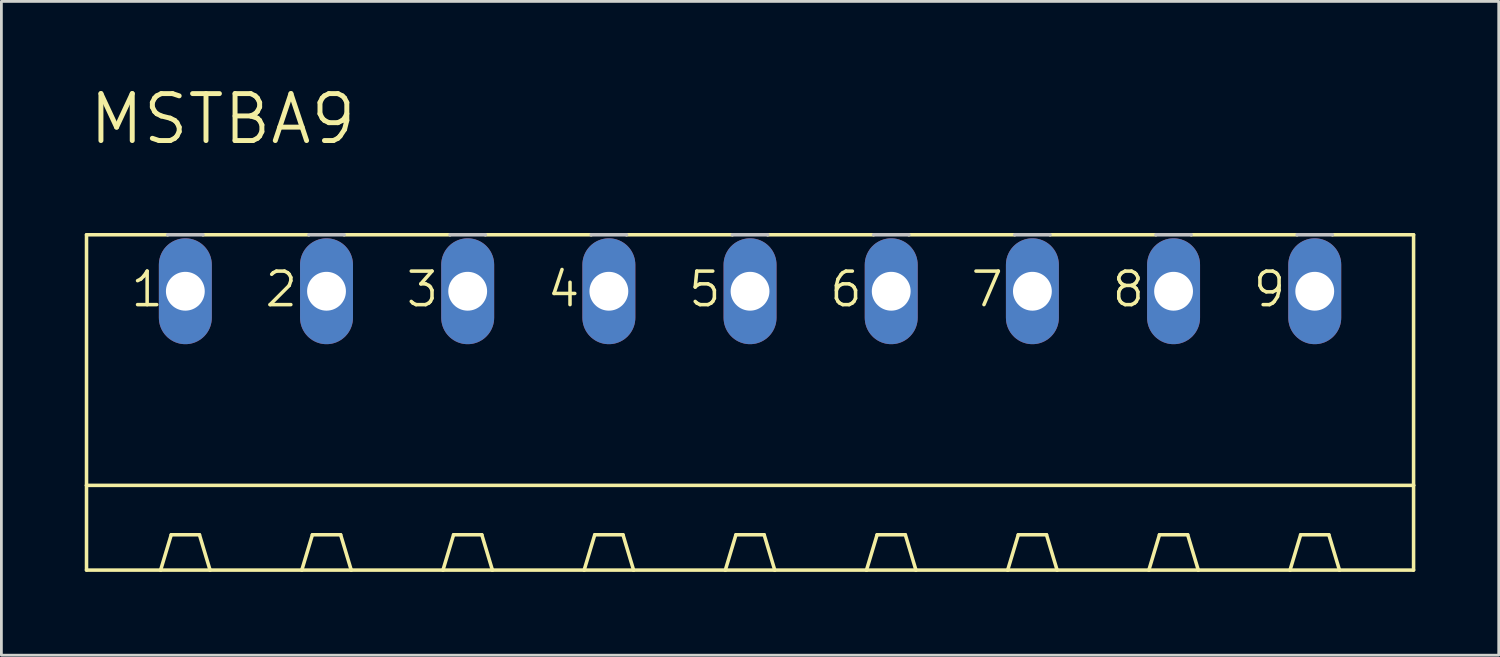
<source format=kicad_pcb>
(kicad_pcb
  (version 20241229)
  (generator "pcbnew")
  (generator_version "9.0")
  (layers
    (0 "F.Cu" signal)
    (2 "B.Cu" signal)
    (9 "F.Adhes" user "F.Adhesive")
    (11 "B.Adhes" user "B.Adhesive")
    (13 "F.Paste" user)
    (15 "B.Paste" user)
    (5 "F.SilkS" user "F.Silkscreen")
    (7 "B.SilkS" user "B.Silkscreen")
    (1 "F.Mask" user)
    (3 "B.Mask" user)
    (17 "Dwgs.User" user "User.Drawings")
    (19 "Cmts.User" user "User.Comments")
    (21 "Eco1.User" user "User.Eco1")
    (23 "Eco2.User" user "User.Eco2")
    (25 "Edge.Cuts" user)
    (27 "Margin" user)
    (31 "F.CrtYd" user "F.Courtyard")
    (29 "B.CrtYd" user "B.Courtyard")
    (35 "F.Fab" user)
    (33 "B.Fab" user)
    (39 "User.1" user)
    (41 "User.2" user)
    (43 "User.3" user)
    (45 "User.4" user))
  (footprint "MSTBA9"
    (layer "F.Cu")
    (at 23.939 9.97)
    (property "Reference" "MSTBA9" (at -23.876 -7.747 0) (layer "F.SilkS") (effects (font (size 1.689 1.689) (thickness 0.178)) (justify left bottom)))
    (attr through_hole)
    (fp_line (start -23.876 -4.572) (end -23.876 4.445) (stroke (width 0.127) (type solid)) (layer "F.SilkS"))
    (fp_line (start -23.876 -4.572) (end -20.955 -4.572) (stroke (width 0.127) (type solid)) (layer "F.SilkS"))
    (fp_line (start -23.876 4.445) (end -23.876 7.493) (stroke (width 0.127) (type solid)) (layer "F.SilkS"))
    (fp_line (start -23.876 4.445) (end 23.876 4.445) (stroke (width 0.127) (type solid)) (layer "F.SilkS"))
    (fp_line (start -23.876 7.493) (end -21.209 7.493) (stroke (width 0.127) (type solid)) (layer "F.SilkS"))
    (fp_line (start -21.209 7.493) (end -20.828 6.223) (stroke (width 0.127) (type solid)) (layer "F.SilkS"))
    (fp_line (start -21.209 7.493) (end -19.431 7.493) (stroke (width 0.127) (type solid)) (layer "F.SilkS"))
    (fp_line (start -19.812 6.223) (end -20.828 6.223) (stroke (width 0.127) (type solid)) (layer "F.SilkS"))
    (fp_line (start -19.685 -4.572) (end -15.875 -4.572) (stroke (width 0.127) (type solid)) (layer "F.SilkS"))
    (fp_line (start -19.431 7.493) (end -19.812 6.223) (stroke (width 0.127) (type solid)) (layer "F.SilkS"))
    (fp_line (start -19.431 7.493) (end -16.129 7.493) (stroke (width 0.127) (type solid)) (layer "F.SilkS"))
    (fp_line (start -16.129 7.493) (end -15.748 6.223) (stroke (width 0.127) (type solid)) (layer "F.SilkS"))
    (fp_line (start -16.129 7.493) (end -14.351 7.493) (stroke (width 0.127) (type solid)) (layer "F.SilkS"))
    (fp_line (start -15.748 6.223) (end -14.732 6.223) (stroke (width 0.127) (type solid)) (layer "F.SilkS"))
    (fp_line (start -14.605 -4.572) (end -10.795 -4.572) (stroke (width 0.127) (type solid)) (layer "F.SilkS"))
    (fp_line (start -14.351 7.493) (end -14.732 6.223) (stroke (width 0.127) (type solid)) (layer "F.SilkS"))
    (fp_line (start -14.351 7.493) (end -11.049 7.493) (stroke (width 0.127) (type solid)) (layer "F.SilkS"))
    (fp_line (start -11.049 7.493) (end -10.668 6.223) (stroke (width 0.127) (type solid)) (layer "F.SilkS"))
    (fp_line (start -11.049 7.493) (end -9.271 7.493) (stroke (width 0.127) (type solid)) (layer "F.SilkS"))
    (fp_line (start -10.668 6.223) (end -9.652 6.223) (stroke (width 0.127) (type solid)) (layer "F.SilkS"))
    (fp_line (start -9.525 -4.572) (end -5.715 -4.572) (stroke (width 0.127) (type solid)) (layer "F.SilkS"))
    (fp_line (start -9.271 7.493) (end -9.652 6.223) (stroke (width 0.127) (type solid)) (layer "F.SilkS"))
    (fp_line (start -9.271 7.493) (end -5.969 7.493) (stroke (width 0.127) (type solid)) (layer "F.SilkS"))
    (fp_line (start -5.969 7.493) (end -5.588 6.223) (stroke (width 0.127) (type solid)) (layer "F.SilkS"))
    (fp_line (start -5.969 7.493) (end -4.191 7.493) (stroke (width 0.127) (type solid)) (layer "F.SilkS"))
    (fp_line (start -5.588 6.223) (end -4.572 6.223) (stroke (width 0.127) (type solid)) (layer "F.SilkS"))
    (fp_line (start -4.445 -4.572) (end -0.635 -4.572) (stroke (width 0.127) (type solid)) (layer "F.SilkS"))
    (fp_line (start -4.191 7.493) (end -4.572 6.223) (stroke (width 0.127) (type solid)) (layer "F.SilkS"))
    (fp_line (start -4.191 7.493) (end -0.889 7.493) (stroke (width 0.127) (type solid)) (layer "F.SilkS"))
    (fp_line (start -0.889 7.493) (end -0.508 6.223) (stroke (width 0.127) (type solid)) (layer "F.SilkS"))
    (fp_line (start -0.889 7.493) (end 0.889 7.493) (stroke (width 0.127) (type solid)) (layer "F.SilkS"))
    (fp_line (start -0.508 6.223) (end 0.508 6.223) (stroke (width 0.127) (type solid)) (layer "F.SilkS"))
    (fp_line (start 0.635 -4.572) (end 4.445 -4.572) (stroke (width 0.127) (type solid)) (layer "F.SilkS"))
    (fp_line (start 0.889 7.493) (end 0.508 6.223) (stroke (width 0.127) (type solid)) (layer "F.SilkS"))
    (fp_line (start 0.889 7.493) (end 4.191 7.493) (stroke (width 0.127) (type solid)) (layer "F.SilkS"))
    (fp_line (start 4.191 7.493) (end 4.572 6.223) (stroke (width 0.127) (type solid)) (layer "F.SilkS"))
    (fp_line (start 4.191 7.493) (end 5.969 7.493) (stroke (width 0.127) (type solid)) (layer "F.SilkS"))
    (fp_line (start 4.572 6.223) (end 5.588 6.223) (stroke (width 0.127) (type solid)) (layer "F.SilkS"))
    (fp_line (start 5.715 -4.572) (end 9.525 -4.572) (stroke (width 0.127) (type solid)) (layer "F.SilkS"))
    (fp_line (start 5.969 7.493) (end 5.588 6.223) (stroke (width 0.127) (type solid)) (layer "F.SilkS"))
    (fp_line (start 5.969 7.493) (end 9.271 7.493) (stroke (width 0.127) (type solid)) (layer "F.SilkS"))
    (fp_line (start 9.271 7.493) (end 9.652 6.223) (stroke (width 0.127) (type solid)) (layer "F.SilkS"))
    (fp_line (start 9.271 7.493) (end 11.049 7.493) (stroke (width 0.127) (type solid)) (layer "F.SilkS"))
    (fp_line (start 9.652 6.223) (end 10.668 6.223) (stroke (width 0.127) (type solid)) (layer "F.SilkS"))
    (fp_line (start 10.795 -4.572) (end 14.605 -4.572) (stroke (width 0.127) (type solid)) (layer "F.SilkS"))
    (fp_line (start 11.049 7.493) (end 10.668 6.223) (stroke (width 0.127) (type solid)) (layer "F.SilkS"))
    (fp_line (start 11.049 7.493) (end 14.351 7.493) (stroke (width 0.127) (type solid)) (layer "F.SilkS"))
    (fp_line (start 14.351 7.493) (end 14.732 6.223) (stroke (width 0.127) (type solid)) (layer "F.SilkS"))
    (fp_line (start 14.351 7.493) (end 16.129 7.493) (stroke (width 0.127) (type solid)) (layer "F.SilkS"))
    (fp_line (start 14.732 6.223) (end 15.748 6.223) (stroke (width 0.127) (type solid)) (layer "F.SilkS"))
    (fp_line (start 15.875 -4.572) (end 19.685 -4.572) (stroke (width 0.127) (type solid)) (layer "F.SilkS"))
    (fp_line (start 16.129 7.493) (end 15.748 6.223) (stroke (width 0.127) (type solid)) (layer "F.SilkS"))
    (fp_line (start 16.129 7.493) (end 19.431 7.493) (stroke (width 0.127) (type solid)) (layer "F.SilkS"))
    (fp_line (start 19.431 7.493) (end 19.812 6.223) (stroke (width 0.127) (type solid)) (layer "F.SilkS"))
    (fp_line (start 19.431 7.493) (end 21.209 7.493) (stroke (width 0.127) (type solid)) (layer "F.SilkS"))
    (fp_line (start 19.812 6.223) (end 20.828 6.223) (stroke (width 0.127) (type solid)) (layer "F.SilkS"))
    (fp_line (start 20.955 -4.572) (end 23.876 -4.572) (stroke (width 0.127) (type solid)) (layer "F.SilkS"))
    (fp_line (start 21.209 7.493) (end 20.828 6.223) (stroke (width 0.127) (type solid)) (layer "F.SilkS"))
    (fp_line (start 21.209 7.493) (end 23.876 7.493) (stroke (width 0.127) (type solid)) (layer "F.SilkS"))
    (fp_line (start 23.876 -4.572) (end 23.876 4.445) (stroke (width 0.127) (type solid)) (layer "F.SilkS"))
    (fp_line (start 23.876 4.445) (end 23.876 7.493) (stroke (width 0.127) (type solid)) (layer "F.SilkS"))
    (fp_line (start -20.955 -4.572) (end -19.685 -4.572) (stroke (width 0.127) (type solid)) (layer "Dwgs.User"))
    (fp_line (start -15.875 -4.572) (end -14.605 -4.572) (stroke (width 0.127) (type solid)) (layer "Dwgs.User"))
    (fp_line (start -10.795 -4.572) (end -9.525 -4.572) (stroke (width 0.127) (type solid)) (layer "Dwgs.User"))
    (fp_line (start -5.715 -4.572) (end -4.445 -4.572) (stroke (width 0.127) (type solid)) (layer "Dwgs.User"))
    (fp_line (start -0.635 -4.572) (end 0.635 -4.572) (stroke (width 0.127) (type solid)) (layer "Dwgs.User"))
    (fp_line (start 4.445 -4.572) (end 5.715 -4.572) (stroke (width 0.127) (type solid)) (layer "Dwgs.User"))
    (fp_line (start 9.525 -4.572) (end 10.795 -4.572) (stroke (width 0.127) (type solid)) (layer "Dwgs.User"))
    (fp_line (start 14.605 -4.572) (end 15.875 -4.572) (stroke (width 0.127) (type solid)) (layer "Dwgs.User"))
    (fp_line (start 19.685 -4.572) (end 20.955 -4.572) (stroke (width 0.127) (type solid)) (layer "Dwgs.User"))
    (fp_text user "8" (at 12.954 -1.905 0) (layer "F.SilkS") (effects (font (size 1.206 1.206) (thickness 0.127)) (justify left bottom)))
    (fp_text user "3" (at -12.446 -1.905 0) (layer "F.SilkS") (effects (font (size 1.206 1.206) (thickness 0.127)) (justify left bottom)))
    (fp_text user "6" (at 2.794 -1.905 0) (layer "F.SilkS") (effects (font (size 1.206 1.206) (thickness 0.127)) (justify left bottom)))
    (fp_text user "9" (at 18.034 -1.905 0) (layer "F.SilkS") (effects (font (size 1.206 1.206) (thickness 0.127)) (justify left bottom)))
    (fp_text user "4" (at -7.366 -1.905 0) (layer "F.SilkS") (effects (font (size 1.206 1.206) (thickness 0.127)) (justify left bottom)))
    (fp_text user "5" (at -2.286 -1.905 0) (layer "F.SilkS") (effects (font (size 1.206 1.206) (thickness 0.127)) (justify left bottom)))
    (fp_text user "1" (at -22.352 -1.905 0) (layer "F.SilkS") (effects (font (size 1.206 1.206) (thickness 0.127)) (justify left bottom)))
    (fp_text user "2" (at -17.526 -1.905 0) (layer "F.SilkS") (effects (font (size 1.206 1.206) (thickness 0.127)) (justify left bottom)))
    (fp_text user "7" (at 7.874 -1.905 0) (layer "F.SilkS") (effects (font (size 1.206 1.206) (thickness 0.127)) (justify left bottom)))
    (pad "1" thru_hole oval (at -20.32 -2.54 90) (size 3.81 1.905) (drill 1.397) (layers "*.Cu" "*.Mask"))
    (pad "2" thru_hole oval (at -15.24 -2.54 90) (size 3.81 1.905) (drill 1.397) (layers "*.Cu" "*.Mask"))
    (pad "3" thru_hole oval (at -10.16 -2.54 90) (size 3.81 1.905) (drill 1.397) (layers "*.Cu" "*.Mask"))
    (pad "4" thru_hole oval (at -5.08 -2.54 90) (size 3.81 1.905) (drill 1.397) (layers "*.Cu" "*.Mask"))
    (pad "5" thru_hole oval (at 0 -2.54 90) (size 3.81 1.905) (drill 1.397) (layers "*.Cu" "*.Mask"))
    (pad "6" thru_hole oval (at 5.08 -2.54 90) (size 3.81 1.905) (drill 1.397) (layers "*.Cu" "*.Mask"))
    (pad "7" thru_hole oval (at 10.16 -2.54 90) (size 3.81 1.905) (drill 1.397) (layers "*.Cu" "*.Mask"))
    (pad "8" thru_hole oval (at 15.24 -2.54 90) (size 3.81 1.905) (drill 1.397) (layers "*.Cu" "*.Mask"))
    (pad "9" thru_hole oval (at 20.32 -2.54 90) (size 3.81 1.905) (drill 1.397) (layers "*.Cu" "*.Mask")))
  (gr_rect
    (start -3 -3)
    (end 50.879 20.526)
    (stroke (width 0.1) (type default))
    (fill no)
    (layer "Edge.Cuts")))
</source>
